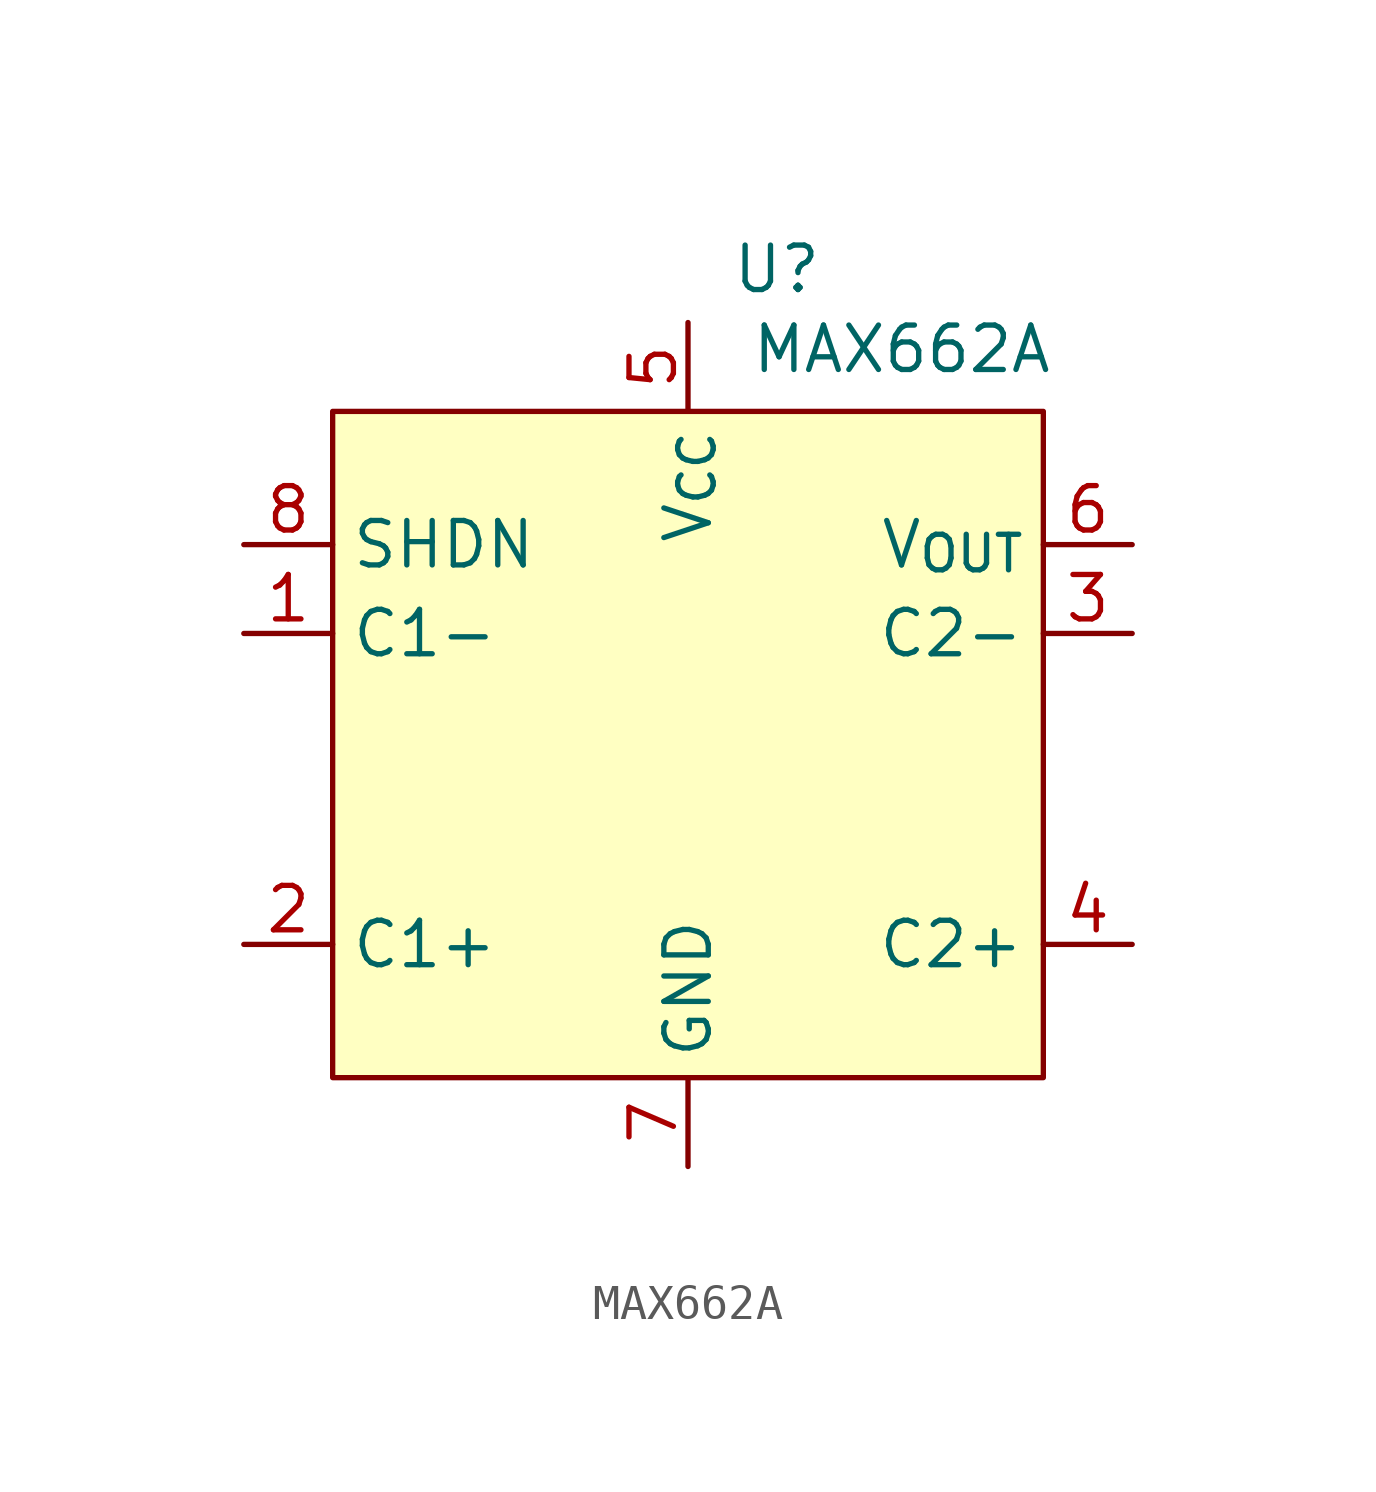
<source format=kicad_sym>
(kicad_symbol_lib
  (version 20231120)
  (generator "kicad_symbol_editor")
  (generator_version "8.0")
  (symbol "MAX662A"
    (property "Reference" "U"
      (at 2.54 12.954 0)
      (effects (font (size 1.27 1.27))))
    (property "Value" "MAX662A"
      (at 1.778 10.668 0)
      (effects (font (size 1.27 1.27)) (justify left)))
    (symbol "MAX662A_1_1"
      (rectangle (start -10.16 8.89) (end 10.16 -10.16) (stroke (width 0) (type default)) (fill (type background)))
      (pin passive line (at -12.7 2.54 0) (length 2.54) (name "C1-" (effects (font (size 1.27 1.27)))) (number "1" (effects (font (size 1.27 1.27)))))
      (pin passive line (at -12.7 -6.35 0) (length 2.54) (name "C1+" (effects (font (size 1.27 1.27)))) (number "2" (effects (font (size 1.27 1.27)))))
      (pin passive line (at 12.7 2.54 180) (length 2.54) (name "C2-" (effects (font (size 1.27 1.27)))) (number "3" (effects (font (size 1.27 1.27)))))
      (pin passive line (at 12.7 -6.35 180) (length 2.54) (name "C2+" (effects (font (size 1.27 1.27)))) (number "4" (effects (font (size 1.27 1.27)))))
      (pin power_in line (at 0 11.43 270) (length 2.54) (name "V_{CC}" (effects (font (size 1.27 1.27)))) (number "5" (effects (font (size 1.27 1.27)))))
      (pin power_out line (at 12.7 5.08 180) (length 2.54) (name "V_{OUT}" (effects (font (size 1.27 1.27)))) (number "6" (effects (font (size 1.27 1.27)))))
      (pin power_in line (at 0 -12.7 90) (length 2.54) (name "GND" (effects (font (size 1.27 1.27)))) (number "7" (effects (font (size 1.27 1.27)))))
      (pin input line (at -12.7 5.08 0) (length 2.54) (name "SHDN" (effects (font (size 1.27 1.27)))) (number "8" (effects (font (size 1.27 1.27))))))))
</source>
